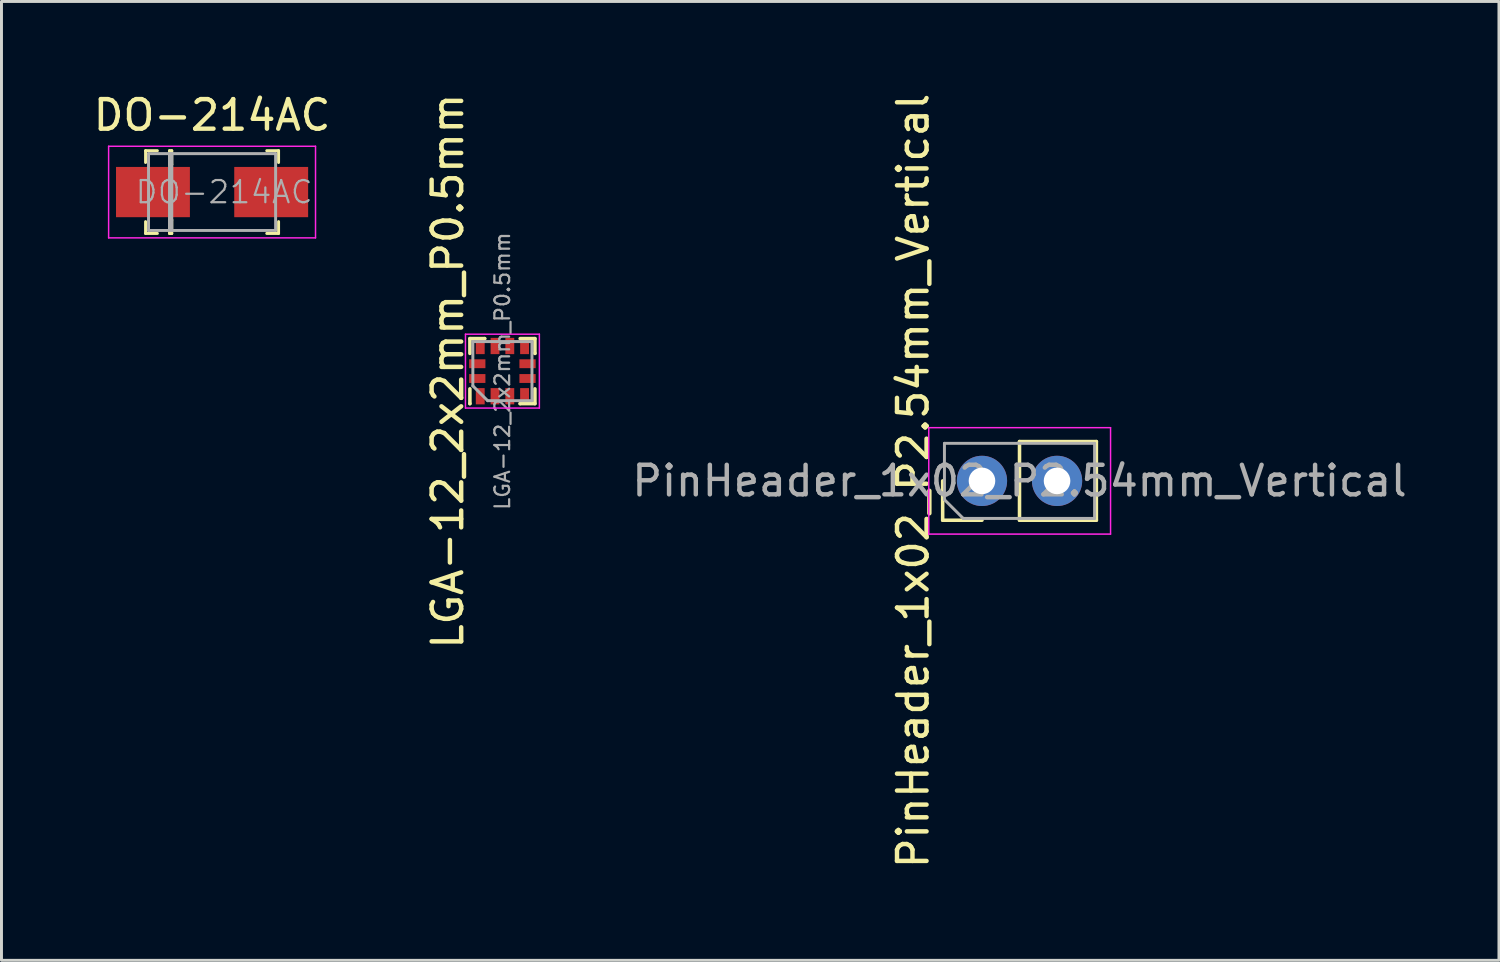
<source format=kicad_pcb>
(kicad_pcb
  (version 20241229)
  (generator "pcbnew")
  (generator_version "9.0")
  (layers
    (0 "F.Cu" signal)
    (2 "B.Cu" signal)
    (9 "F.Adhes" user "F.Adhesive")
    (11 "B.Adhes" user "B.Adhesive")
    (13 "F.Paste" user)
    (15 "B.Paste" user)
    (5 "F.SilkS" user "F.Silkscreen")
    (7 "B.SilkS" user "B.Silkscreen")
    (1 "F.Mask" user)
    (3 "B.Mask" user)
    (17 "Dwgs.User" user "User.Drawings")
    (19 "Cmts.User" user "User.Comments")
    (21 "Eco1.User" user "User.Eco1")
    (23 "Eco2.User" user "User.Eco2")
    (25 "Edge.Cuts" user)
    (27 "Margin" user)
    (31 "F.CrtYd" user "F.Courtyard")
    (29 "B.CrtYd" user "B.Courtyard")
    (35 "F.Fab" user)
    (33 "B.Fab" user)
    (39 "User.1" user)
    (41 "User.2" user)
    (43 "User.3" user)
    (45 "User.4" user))
  (footprint "PinHeader_1x02_P2.54mm_Vertical"
    (layer "F.Cu")
    (at 31.443 13.22)
    (property "Reference" "PinHeader_1x02_P2.54mm_Vertical" (at -3.6 0 90) (layer "F.SilkS") (effects (font (size 1 1) (thickness 0.15))))
    (attr smd)
    (fp_line (start -2.6 1.33) (end -2.6 0) (stroke (width 0.12) (type solid)) (layer "F.SilkS"))
    (fp_line (start -1.27 1.33) (end -2.6 1.33) (stroke (width 0.12) (type solid)) (layer "F.SilkS"))
    (fp_line (start 0 -1.33) (end 2.6 -1.33) (stroke (width 0.12) (type solid)) (layer "F.SilkS"))
    (fp_line (start 0 1.33) (end 0 -1.33) (stroke (width 0.12) (type solid)) (layer "F.SilkS"))
    (fp_line (start 0 1.33) (end 2.6 1.33) (stroke (width 0.12) (type solid)) (layer "F.SilkS"))
    (fp_line (start 2.6 1.33) (end 2.6 -1.33) (stroke (width 0.12) (type solid)) (layer "F.SilkS"))
    (fp_line (start -3.07 -1.8) (end -3.07 1.8) (stroke (width 0.05) (type solid)) (layer "F.CrtYd"))
    (fp_line (start -3.07 1.8) (end 3.08 1.8) (stroke (width 0.05) (type solid)) (layer "F.CrtYd"))
    (fp_line (start 3.08 -1.8) (end -3.07 -1.8) (stroke (width 0.05) (type solid)) (layer "F.CrtYd"))
    (fp_line (start 3.08 1.8) (end 3.08 -1.8) (stroke (width 0.05) (type solid)) (layer "F.CrtYd"))
    (fp_line (start -2.54 -1.27) (end 2.54 -1.27) (stroke (width 0.1) (type solid)) (layer "F.Fab"))
    (fp_line (start -2.54 0.635) (end -2.54 -1.27) (stroke (width 0.1) (type solid)) (layer "F.Fab"))
    (fp_line (start -1.905 1.27) (end -2.54 0.635) (stroke (width 0.1) (type solid)) (layer "F.Fab"))
    (fp_line (start 2.54 -1.27) (end 2.54 1.27) (stroke (width 0.1) (type solid)) (layer "F.Fab"))
    (fp_line (start 2.54 1.27) (end -1.905 1.27) (stroke (width 0.1) (type solid)) (layer "F.Fab"))
    (fp_text user "${REFERENCE}" (at 0 0 180) (layer "F.Fab") (effects (font (size 1 1) (thickness 0.15))))
    (pad "1" thru_hole oval (at -1.27 0 90) (size 1.7 1.7) (drill 0.9) (layers "*.Cu" "*.Mask"))
    (pad "2" thru_hole oval (at 1.27 0 90) (size 1.7 1.7) (drill 0.9) (layers "*.Cu" "*.Mask")))
  (footprint "DO-214AC"
    (layer "F.Cu")
    (at 4.125 3.448)
    (property "Reference" "DO-214AC" (at 0 -2.6 0) (layer "F.SilkS") (effects (font (size 1 1) (thickness 0.15))))
    (attr smd)
    (fp_line (start -2.25 -1.4) (end -2.25 -1) (stroke (width 0.1) (type solid)) (layer "F.SilkS"))
    (fp_line (start -2.25 -1.4) (end -1.85 -1.4) (stroke (width 0.1) (type solid)) (layer "F.SilkS"))
    (fp_line (start -2.25 1.4) (end -2.25 1) (stroke (width 0.1) (type solid)) (layer "F.SilkS"))
    (fp_line (start -2.25 1.4) (end -1.85 1.4) (stroke (width 0.1) (type solid)) (layer "F.SilkS"))
    (fp_line (start -1.44 -1.4) (end -1.44 -0.935) (stroke (width 0.1) (type solid)) (layer "F.SilkS"))
    (fp_line (start -1.44 -0.935) (end -1.364 -0.935) (stroke (width 0.1) (type solid)) (layer "F.SilkS"))
    (fp_line (start -1.44 0.942) (end -1.364 0.942) (stroke (width 0.1) (type solid)) (layer "F.SilkS"))
    (fp_line (start -1.44 1.402) (end -1.44 0.942) (stroke (width 0.1) (type solid)) (layer "F.SilkS"))
    (fp_line (start -1.364 -1.4) (end -1.44 -1.4) (stroke (width 0.1) (type solid)) (layer "F.SilkS"))
    (fp_line (start -1.364 -0.935) (end -1.364 -1.4) (stroke (width 0.1) (type solid)) (layer "F.SilkS"))
    (fp_line (start -1.364 0.942) (end -1.364 1.402) (stroke (width 0.1) (type solid)) (layer "F.SilkS"))
    (fp_line (start -1.364 1.402) (end -1.44 1.402) (stroke (width 0.1) (type solid)) (layer "F.SilkS"))
    (fp_line (start 2.25 -1.4) (end 1.85 -1.4) (stroke (width 0.1) (type solid)) (layer "F.SilkS"))
    (fp_line (start 2.25 -1.4) (end 2.25 -1) (stroke (width 0.1) (type solid)) (layer "F.SilkS"))
    (fp_line (start 2.25 1.4) (end 1.85 1.4) (stroke (width 0.1) (type solid)) (layer "F.SilkS"))
    (fp_line (start 2.25 1.4) (end 2.25 1) (stroke (width 0.1) (type solid)) (layer "F.SilkS"))
    (fp_line (start -3.5 -1.55) (end -3.5 1.55) (stroke (width 0.05) (type solid)) (layer "F.CrtYd"))
    (fp_line (start -3.5 -1.55) (end 3.5 -1.55) (stroke (width 0.05) (type solid)) (layer "F.CrtYd"))
    (fp_line (start -3.5 1.55) (end 3.5 1.55) (stroke (width 0.05) (type solid)) (layer "F.CrtYd"))
    (fp_line (start 3.5 -1.55) (end 3.5 1.55) (stroke (width 0.05) (type solid)) (layer "F.CrtYd"))
    (fp_line (start -2.15 -1.3) (end -2.15 1.3) (stroke (width 0.1) (type solid)) (layer "F.Fab"))
    (fp_line (start -2.15 -1.3) (end 2.15 -1.3) (stroke (width 0.1) (type solid)) (layer "F.Fab"))
    (fp_line (start -2.15 1.3) (end 2.15 1.3) (stroke (width 0.1) (type solid)) (layer "F.Fab"))
    (fp_line (start -1.44 -1.3) (end -1.44 1.3) (stroke (width 0.1) (type solid)) (layer "F.Fab"))
    (fp_line (start -1.44 1.3) (end -1.364 1.3) (stroke (width 0.1) (type solid)) (layer "F.Fab"))
    (fp_line (start -1.364 1.3) (end -1.361 -1.3) (stroke (width 0.1) (type solid)) (layer "F.Fab"))
    (fp_line (start -1.361 -1.3) (end -1.44 -1.3) (stroke (width 0.1) (type solid)) (layer "F.Fab"))
    (fp_line (start 2.15 -1.3) (end 2.15 1.3) (stroke (width 0.1) (type solid)) (layer "F.Fab"))
    (fp_text user "${REFERENCE}" (at 0.409 0 0) (layer "F.Fab") (effects (font (size 0.75 0.75) (thickness 0.075))))
    (pad "1" smd rect (at -2 0) (size 2.5 1.7) (layers "F.Cu" "F.Mask" "F.Paste"))
    (pad "2" smd rect (at 2 0) (size 2.5 1.7) (layers "F.Cu" "F.Mask" "F.Paste")))
  (footprint "LGA-12_2x2mm_P0.5mm"
    (layer "F.Cu")
    (at 13.948 9.506)
    (property "Reference" "LGA-12_2x2mm_P0.5mm" (at -1.85 0 90) (layer "F.SilkS") (effects (font (size 1 1) (thickness 0.15))))
    (attr smd)
    (fp_line (start -1.1 -1.1) (end -0.6 -1.1) (stroke (width 0.12) (type solid)) (layer "F.SilkS"))
    (fp_line (start -1.1 -0.6) (end -1.1 -1.1) (stroke (width 0.12) (type solid)) (layer "F.SilkS"))
    (fp_line (start -1.1 0.6) (end -1.1 1.1) (stroke (width 0.12) (type solid)) (layer "F.SilkS"))
    (fp_line (start -1.1 1.1) (end -1.1 1.1) (stroke (width 0.12) (type solid)) (layer "F.SilkS"))
    (fp_line (start -0.6 -1.1) (end -0.6 -1.1) (stroke (width 0.12) (type solid)) (layer "F.SilkS"))
    (fp_line (start 0.6 -1.1) (end 1.1 -1.1) (stroke (width 0.12) (type solid)) (layer "F.SilkS"))
    (fp_line (start 0.6 1.1) (end 0.6 1.1) (stroke (width 0.12) (type solid)) (layer "F.SilkS"))
    (fp_line (start 1.1 -1.1) (end 1.1 -0.6) (stroke (width 0.12) (type solid)) (layer "F.SilkS"))
    (fp_line (start 1.1 -0.6) (end 1.1 -0.6) (stroke (width 0.12) (type solid)) (layer "F.SilkS"))
    (fp_line (start 1.1 0.6) (end 1.1 1.1) (stroke (width 0.12) (type solid)) (layer "F.SilkS"))
    (fp_line (start 1.1 1.1) (end 0.6 1.1) (stroke (width 0.12) (type solid)) (layer "F.SilkS"))
    (fp_line (start -1.25 -1.25) (end 1.25 -1.25) (stroke (width 0.05) (type solid)) (layer "F.CrtYd"))
    (fp_line (start -1.25 1.25) (end -1.25 -1.25) (stroke (width 0.05) (type solid)) (layer "F.CrtYd"))
    (fp_line (start 1.25 -1.25) (end 1.25 1.25) (stroke (width 0.05) (type solid)) (layer "F.CrtYd"))
    (fp_line (start 1.25 1.25) (end -1.25 1.25) (stroke (width 0.05) (type solid)) (layer "F.CrtYd"))
    (fp_line (start -1 -1) (end 1 -1) (stroke (width 0.1) (type solid)) (layer "F.Fab"))
    (fp_line (start -1 0.5) (end -1 -1) (stroke (width 0.1) (type solid)) (layer "F.Fab"))
    (fp_line (start -0.5 1) (end -1 0.5) (stroke (width 0.1) (type solid)) (layer "F.Fab"))
    (fp_line (start 1 -1) (end 1 1) (stroke (width 0.1) (type solid)) (layer "F.Fab"))
    (fp_line (start 1 1) (end -0.5 1) (stroke (width 0.1) (type solid)) (layer "F.Fab"))
    (fp_text user "${REFERENCE}" (at 0 0 90) (layer "F.Fab") (effects (font (size 0.5 0.5) (thickness 0.075))))
    (pad "1" smd rect (at -0.75 0.85 90) (size 0.55 0.3) (layers "F.Cu" "F.Mask" "F.Paste"))
    (pad "2" smd rect (at -0.25 0.85 90) (size 0.55 0.3) (layers "F.Cu" "F.Mask" "F.Paste"))
    (pad "3" smd rect (at 0.25 0.85 90) (size 0.55 0.3) (layers "F.Cu" "F.Mask" "F.Paste"))
    (pad "4" smd rect (at 0.75 0.85 90) (size 0.55 0.3) (layers "F.Cu" "F.Mask" "F.Paste"))
    (pad "5" smd rect (at 0.85 0.25 180) (size 0.55 0.3) (layers "F.Cu" "F.Mask" "F.Paste"))
    (pad "6" smd rect (at 0.85 -0.25 180) (size 0.55 0.3) (layers "F.Cu" "F.Mask" "F.Paste"))
    (pad "7" smd rect (at 0.75 -0.85 90) (size 0.55 0.3) (layers "F.Cu" "F.Mask" "F.Paste"))
    (pad "8" smd rect (at 0.25 -0.85 90) (size 0.55 0.3) (layers "F.Cu" "F.Mask" "F.Paste"))
    (pad "9" smd rect (at -0.25 -0.85 90) (size 0.55 0.3) (layers "F.Cu" "F.Mask" "F.Paste"))
    (pad "10" smd rect (at -0.75 -0.85 90) (size 0.55 0.3) (layers "F.Cu" "F.Mask" "F.Paste"))
    (pad "11" smd rect (at -0.85 -0.25 180) (size 0.55 0.3) (layers "F.Cu" "F.Mask" "F.Paste"))
    (pad "12" smd rect (at -0.85 0.25 180) (size 0.55 0.3) (layers "F.Cu" "F.Mask" "F.Paste")))
  (gr_rect
    (start -3 -3)
    (end 47.664 29.44)
    (stroke (width 0.1) (type default))
    (fill no)
    (layer "Edge.Cuts")))
</source>
